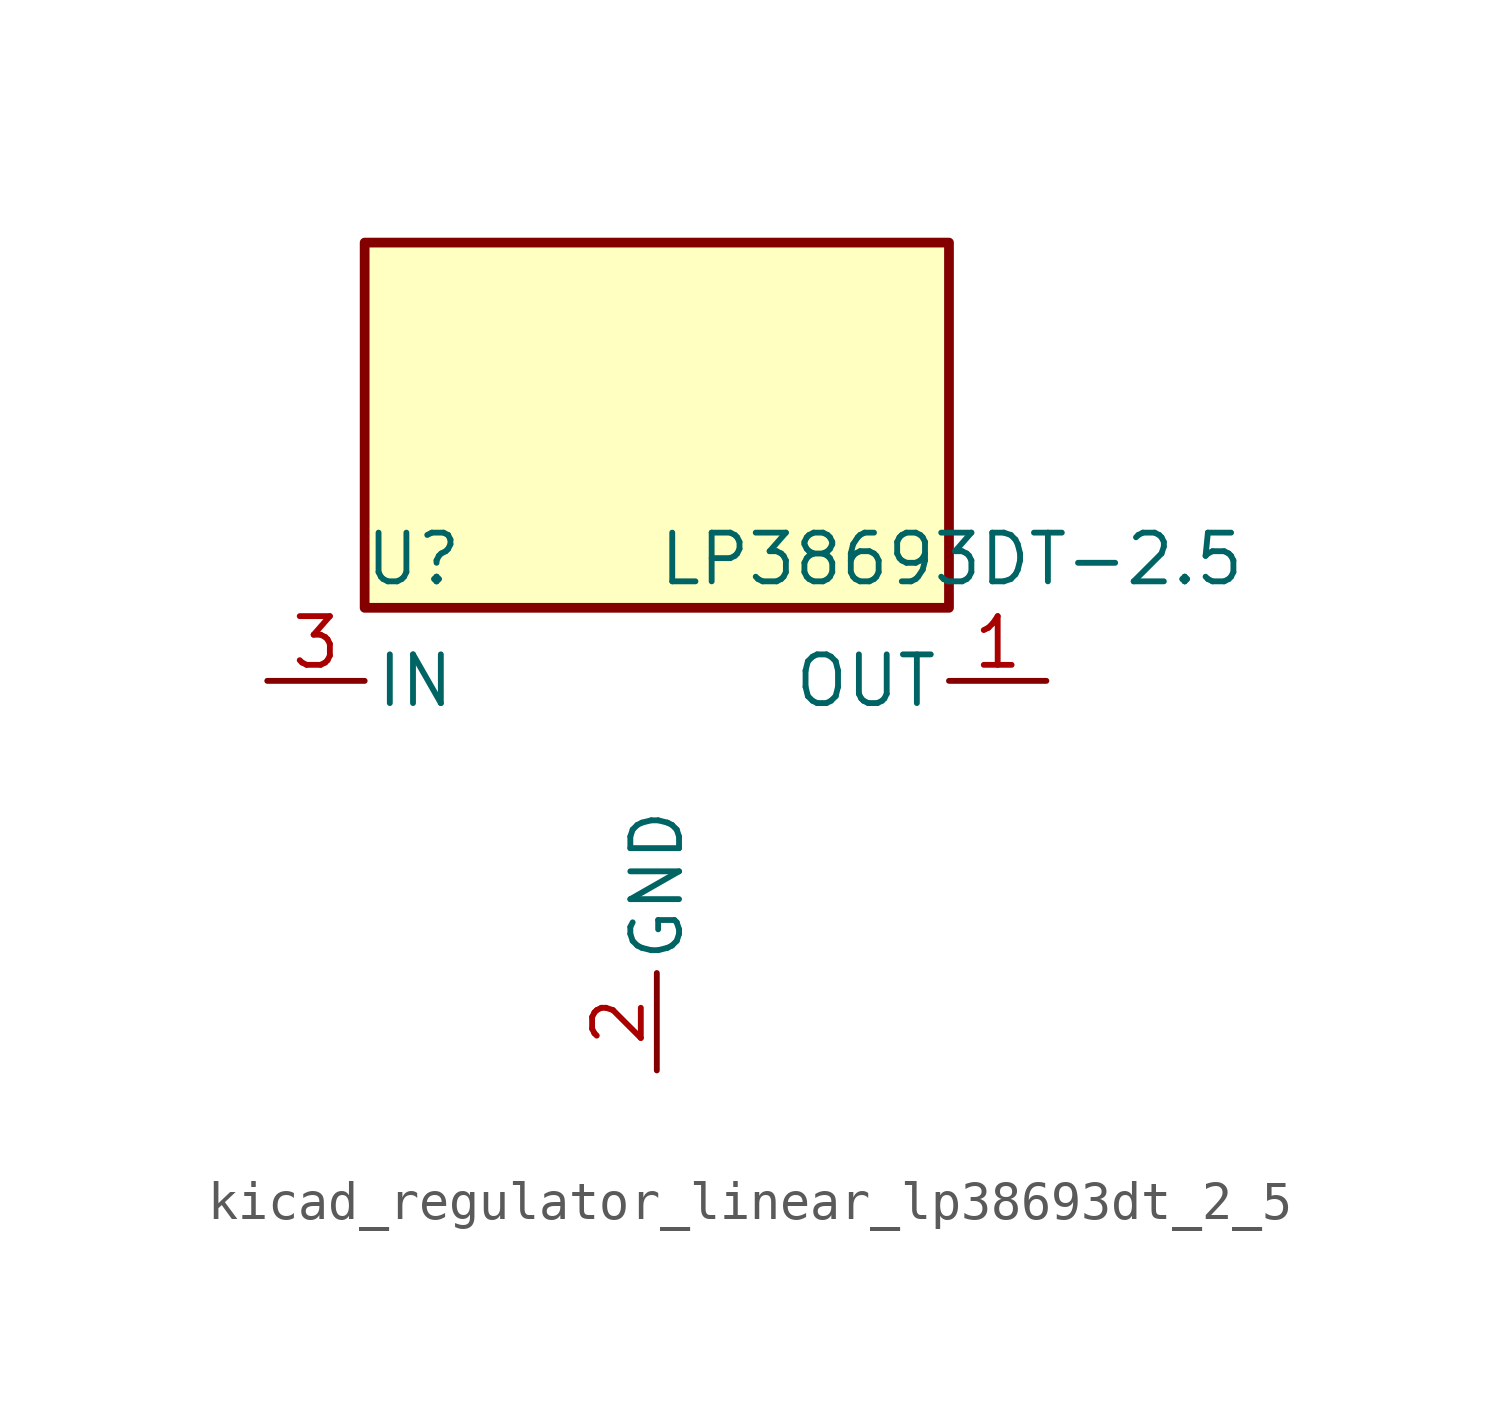
<source format=kicad_sym>
(kicad_symbol_lib
  (version 20220914)
  (generator kicad_symbol_editor)
  (symbol "kicad_regulator_linear_lp38693dt_2_5"
    (pin_names
      (offset 0.254))
    (property "Reference" "U"
      (at -6.35 5.715 0)
      (effects (font (size 1.27 1.27))))
    (property "Value" "LP38693DT-2.5"
      (at 0 5.715 0)
      (effects (font (size 1.27 1.27)) (justify left)))
    (symbol "kicad_regulator_linear_lp38693dt_2_5_0_1"
      (rectangle (start 7.62 13.97) (end -7.62 4.445) (stroke (width 0.254) (type default)) (fill (type background))))
    (symbol "kicad_regulator_linear_lp38693dt_2_5_1_1"
      (pin power_out line (at 10.16 2.54 180) (length 2.54) (name "OUT" (effects (font (size 1.27 1.27)))) (number "1" (effects (font (size 1.27 1.27)))))
      (pin power_in line (at 0 -7.62 90) (length 2.54) (name "GND" (effects (font (size 1.27 1.27)))) (number "2" (effects (font (size 1.27 1.27)))))
      (pin power_in line (at -10.16 2.54 0) (length 2.54) (name "IN" (effects (font (size 1.27 1.27)))) (number "3" (effects (font (size 1.27 1.27))))))))
</source>
